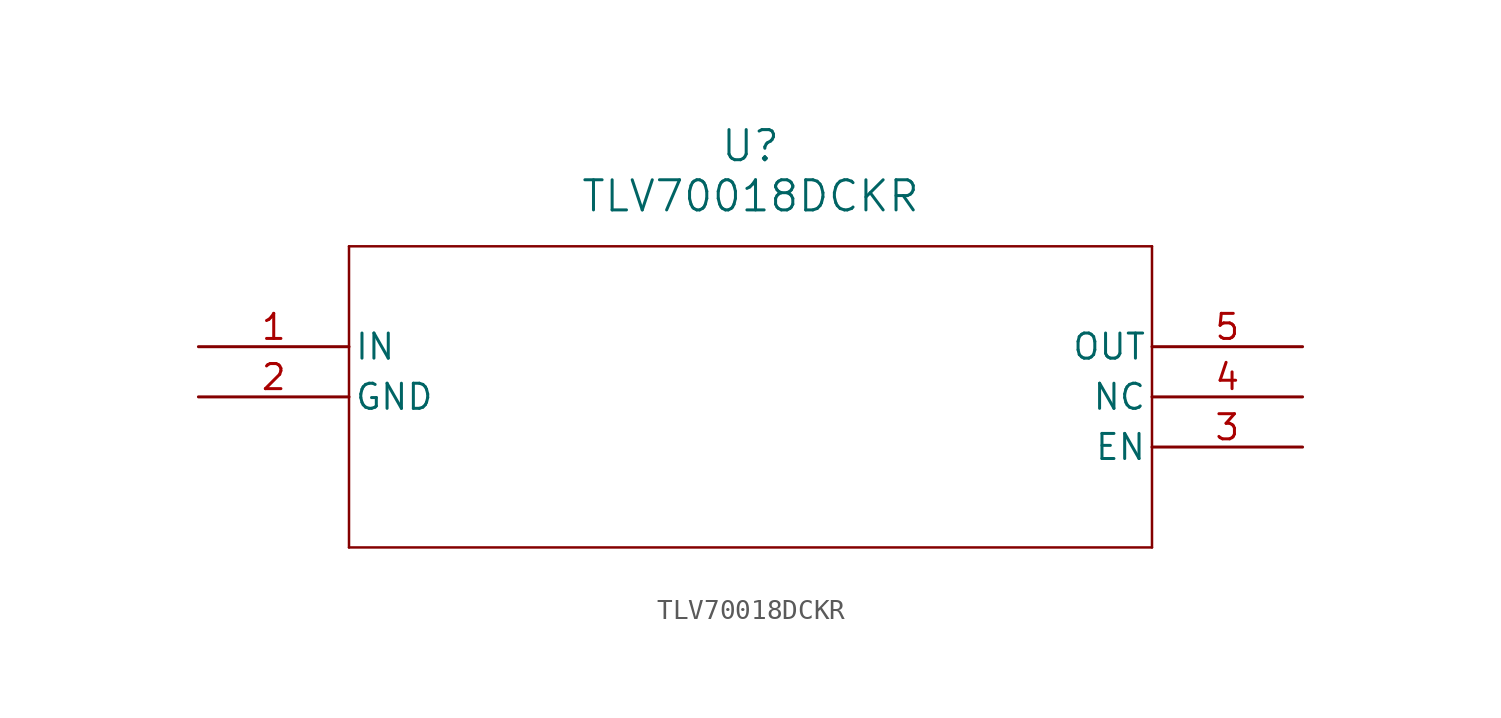
<source format=kicad_sym>
(kicad_symbol_lib
  (version 20211014)
  (generator kicad_symbol_editor)
  (symbol "TLV70018DCKR"
    (pin_names
      (offset 0.254))
    (property "Reference" "U"
      (at 27.94 10.16 0)
      (effects (font (size 1.524 1.524))))
    (property "Value" "TLV70018DCKR"
      (at 27.94 7.62 0)
      (effects (font (size 1.524 1.524))))
    (symbol "TLV70018DCKR_0_1"
      (polyline (pts (xy 7.62 5.08) (xy 7.62 -10.16)) (stroke (width 0.127) (type default) (color 0 0 0 0)) (fill (type none)))
      (polyline (pts (xy 7.62 -10.16) (xy 48.26 -10.16)) (stroke (width 0.127) (type default) (color 0 0 0 0)) (fill (type none)))
      (polyline (pts (xy 48.26 -10.16) (xy 48.26 5.08)) (stroke (width 0.127) (type default) (color 0 0 0 0)) (fill (type none)))
      (polyline (pts (xy 48.26 5.08) (xy 7.62 5.08)) (stroke (width 0.127) (type default) (color 0 0 0 0)) (fill (type none)))
      (pin input line (at 0 0 0) (length 7.62) (name "IN" (effects (font (size 1.27 1.27)))) (number "1" (effects (font (size 1.27 1.27)))))
      (pin power_in line (at 0 -2.54 0) (length 7.62) (name "GND" (effects (font (size 1.27 1.27)))) (number "2" (effects (font (size 1.27 1.27)))))
      (pin unspecified line (at 55.88 -5.08 180) (length 7.62) (name "EN" (effects (font (size 1.27 1.27)))) (number "3" (effects (font (size 1.27 1.27)))))
      (pin unspecified line (at 55.88 -2.54 180) (length 7.62) (name "NC" (effects (font (size 1.27 1.27)))) (number "4" (effects (font (size 1.27 1.27)))))
      (pin output line (at 55.88 0 180) (length 7.62) (name "OUT" (effects (font (size 1.27 1.27)))) (number "5" (effects (font (size 1.27 1.27))))))))
</source>
